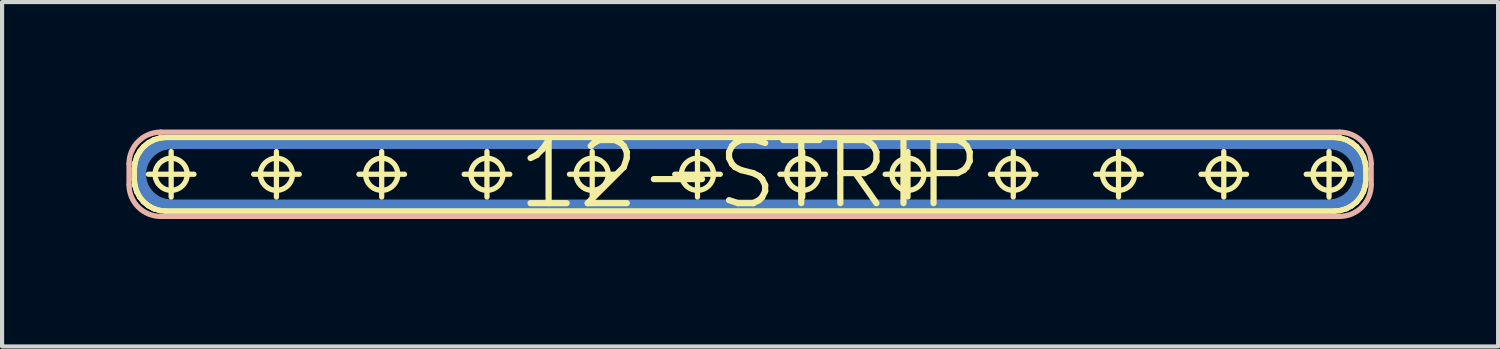
<source format=kicad_pcb>
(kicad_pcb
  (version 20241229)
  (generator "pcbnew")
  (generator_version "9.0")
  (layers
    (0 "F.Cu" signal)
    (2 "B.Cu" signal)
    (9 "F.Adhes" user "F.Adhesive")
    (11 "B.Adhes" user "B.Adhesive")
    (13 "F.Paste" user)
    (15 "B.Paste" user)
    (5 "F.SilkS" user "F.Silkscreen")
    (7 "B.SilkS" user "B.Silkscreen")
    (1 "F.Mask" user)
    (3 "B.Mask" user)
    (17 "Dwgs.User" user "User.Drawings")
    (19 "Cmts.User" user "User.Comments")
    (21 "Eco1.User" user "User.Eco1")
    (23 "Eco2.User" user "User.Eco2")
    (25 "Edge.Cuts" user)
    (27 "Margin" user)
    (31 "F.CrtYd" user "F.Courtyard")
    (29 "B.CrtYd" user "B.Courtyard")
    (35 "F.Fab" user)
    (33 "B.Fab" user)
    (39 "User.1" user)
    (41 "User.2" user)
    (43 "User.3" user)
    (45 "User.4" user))
  (footprint "12-STRIP"
    (layer "F.Cu")
    (at 15.05 1.155)
    (property "Reference" "12-STRIP" (at 0 0 0) (layer "F.SilkS") (effects (font (size 1.524 1.524) (thickness 0.15))))
    (attr exclude_from_pos_files exclude_from_bom)
    (fp_line (start -14.732 0) (end -14.717 -0.147) (stroke (width 0.305) (type solid)) (layer "B.Cu"))
    (fp_line (start -14.717 -0.147) (end -14.674 -0.29) (stroke (width 0.305) (type solid)) (layer "B.Cu"))
    (fp_line (start -14.717 0.147) (end -14.732 0) (stroke (width 0.305) (type solid)) (layer "B.Cu"))
    (fp_line (start -14.674 -0.29) (end -14.602 -0.422) (stroke (width 0.305) (type solid)) (layer "B.Cu"))
    (fp_line (start -14.674 0.29) (end -14.717 0.147) (stroke (width 0.305) (type solid)) (layer "B.Cu"))
    (fp_line (start -14.602 -0.422) (end -14.508 -0.538) (stroke (width 0.305) (type solid)) (layer "B.Cu"))
    (fp_line (start -14.602 0.422) (end -14.674 0.29) (stroke (width 0.305) (type solid)) (layer "B.Cu"))
    (fp_line (start -14.508 -0.538) (end -14.392 -0.632) (stroke (width 0.305) (type solid)) (layer "B.Cu"))
    (fp_line (start -14.508 0.538) (end -14.602 0.422) (stroke (width 0.305) (type solid)) (layer "B.Cu"))
    (fp_line (start -14.392 -0.632) (end -14.26 -0.704) (stroke (width 0.305) (type solid)) (layer "B.Cu"))
    (fp_line (start -14.392 0.632) (end -14.508 0.538) (stroke (width 0.305) (type solid)) (layer "B.Cu"))
    (fp_line (start -14.26 -0.704) (end -14.117 -0.747) (stroke (width 0.305) (type solid)) (layer "B.Cu"))
    (fp_line (start -14.26 0.704) (end -14.392 0.632) (stroke (width 0.305) (type solid)) (layer "B.Cu"))
    (fp_line (start -14.117 -0.747) (end -13.97 -0.762) (stroke (width 0.305) (type solid)) (layer "B.Cu"))
    (fp_line (start -14.117 0.747) (end -14.26 0.704) (stroke (width 0.305) (type solid)) (layer "B.Cu"))
    (fp_line (start -13.97 -0.762) (end 13.97 -0.762) (stroke (width 0.305) (type solid)) (layer "B.Cu"))
    (fp_line (start -13.97 0.762) (end -14.117 0.747) (stroke (width 0.305) (type solid)) (layer "B.Cu"))
    (fp_line (start 13.97 -0.762) (end 14.117 -0.747) (stroke (width 0.305) (type solid)) (layer "B.Cu"))
    (fp_line (start 13.97 0.762) (end -13.97 0.762) (stroke (width 0.305) (type solid)) (layer "B.Cu"))
    (fp_line (start 14.117 -0.747) (end 14.26 -0.704) (stroke (width 0.305) (type solid)) (layer "B.Cu"))
    (fp_line (start 14.117 0.747) (end 13.97 0.762) (stroke (width 0.305) (type solid)) (layer "B.Cu"))
    (fp_line (start 14.26 -0.704) (end 14.392 -0.632) (stroke (width 0.305) (type solid)) (layer "B.Cu"))
    (fp_line (start 14.26 0.704) (end 14.117 0.747) (stroke (width 0.305) (type solid)) (layer "B.Cu"))
    (fp_line (start 14.392 -0.632) (end 14.508 -0.538) (stroke (width 0.305) (type solid)) (layer "B.Cu"))
    (fp_line (start 14.392 0.632) (end 14.26 0.704) (stroke (width 0.305) (type solid)) (layer "B.Cu"))
    (fp_line (start 14.508 -0.538) (end 14.602 -0.422) (stroke (width 0.305) (type solid)) (layer "B.Cu"))
    (fp_line (start 14.508 0.538) (end 14.392 0.632) (stroke (width 0.305) (type solid)) (layer "B.Cu"))
    (fp_line (start 14.602 -0.422) (end 14.674 -0.29) (stroke (width 0.305) (type solid)) (layer "B.Cu"))
    (fp_line (start 14.602 0.422) (end 14.508 0.538) (stroke (width 0.305) (type solid)) (layer "B.Cu"))
    (fp_line (start 14.674 -0.29) (end 14.717 -0.147) (stroke (width 0.305) (type solid)) (layer "B.Cu"))
    (fp_line (start 14.674 0.29) (end 14.602 0.422) (stroke (width 0.305) (type solid)) (layer "B.Cu"))
    (fp_line (start 14.717 -0.147) (end 14.732 0) (stroke (width 0.305) (type solid)) (layer "B.Cu"))
    (fp_line (start 14.717 0.147) (end 14.674 0.29) (stroke (width 0.305) (type solid)) (layer "B.Cu"))
    (fp_line (start 14.732 0) (end 14.717 0.147) (stroke (width 0.305) (type solid)) (layer "B.Cu"))
    (fp_line (start -14.859 -0.127) (end -14.859 0.127) (stroke (width 0.127) (type solid)) (layer "F.SilkS"))
    (fp_line (start -14.859 -0.127) (end -14.844 -0.274) (stroke (width 0.127) (type solid)) (layer "F.SilkS"))
    (fp_line (start -14.859 0.127) (end -14.859 -0.127) (stroke (width 0.127) (type solid)) (layer "F.SilkS"))
    (fp_line (start -14.859 0.127) (end -14.844 0.274) (stroke (width 0.127) (type solid)) (layer "F.SilkS"))
    (fp_line (start -14.844 -0.274) (end -14.859 -0.127) (stroke (width 0.127) (type solid)) (layer "F.SilkS"))
    (fp_line (start -14.844 -0.274) (end -14.801 -0.417) (stroke (width 0.127) (type solid)) (layer "F.SilkS"))
    (fp_line (start -14.844 0.274) (end -14.859 0.127) (stroke (width 0.127) (type solid)) (layer "F.SilkS"))
    (fp_line (start -14.844 0.274) (end -14.801 0.417) (stroke (width 0.127) (type solid)) (layer "F.SilkS"))
    (fp_line (start -14.801 -0.417) (end -14.844 -0.274) (stroke (width 0.127) (type solid)) (layer "F.SilkS"))
    (fp_line (start -14.801 -0.417) (end -14.729 -0.549) (stroke (width 0.127) (type solid)) (layer "F.SilkS"))
    (fp_line (start -14.801 0.417) (end -14.844 0.274) (stroke (width 0.127) (type solid)) (layer "F.SilkS"))
    (fp_line (start -14.801 0.417) (end -14.729 0.549) (stroke (width 0.127) (type solid)) (layer "F.SilkS"))
    (fp_line (start -14.729 -0.549) (end -14.801 -0.417) (stroke (width 0.127) (type solid)) (layer "F.SilkS"))
    (fp_line (start -14.729 -0.549) (end -14.635 -0.665) (stroke (width 0.127) (type solid)) (layer "F.SilkS"))
    (fp_line (start -14.729 0.549) (end -14.801 0.417) (stroke (width 0.127) (type solid)) (layer "F.SilkS"))
    (fp_line (start -14.729 0.549) (end -14.635 0.665) (stroke (width 0.127) (type solid)) (layer "F.SilkS"))
    (fp_line (start -14.635 -0.665) (end -14.729 -0.549) (stroke (width 0.127) (type solid)) (layer "F.SilkS"))
    (fp_line (start -14.635 -0.665) (end -14.519 -0.759) (stroke (width 0.127) (type solid)) (layer "F.SilkS"))
    (fp_line (start -14.635 0.665) (end -14.729 0.549) (stroke (width 0.127) (type solid)) (layer "F.SilkS"))
    (fp_line (start -14.635 0.665) (end -14.519 0.759) (stroke (width 0.127) (type solid)) (layer "F.SilkS"))
    (fp_line (start -14.519 -0.759) (end -14.635 -0.665) (stroke (width 0.127) (type solid)) (layer "F.SilkS"))
    (fp_line (start -14.519 -0.759) (end -14.387 -0.831) (stroke (width 0.127) (type solid)) (layer "F.SilkS"))
    (fp_line (start -14.519 0) (end -13.419 0) (stroke (width 0.127) (type solid)) (layer "F.SilkS"))
    (fp_line (start -14.519 0.759) (end -14.635 0.665) (stroke (width 0.127) (type solid)) (layer "F.SilkS"))
    (fp_line (start -14.519 0.759) (end -14.387 0.831) (stroke (width 0.127) (type solid)) (layer "F.SilkS"))
    (fp_line (start -14.387 -0.831) (end -14.519 -0.759) (stroke (width 0.127) (type solid)) (layer "F.SilkS"))
    (fp_line (start -14.387 -0.831) (end -14.244 -0.874) (stroke (width 0.127) (type solid)) (layer "F.SilkS"))
    (fp_line (start -14.387 0.831) (end -14.519 0.759) (stroke (width 0.127) (type solid)) (layer "F.SilkS"))
    (fp_line (start -14.387 0.831) (end -14.244 0.874) (stroke (width 0.127) (type solid)) (layer "F.SilkS"))
    (fp_line (start -14.244 -0.874) (end -14.387 -0.831) (stroke (width 0.127) (type solid)) (layer "F.SilkS"))
    (fp_line (start -14.244 -0.874) (end -14.097 -0.889) (stroke (width 0.127) (type solid)) (layer "F.SilkS"))
    (fp_line (start -14.244 0.874) (end -14.387 0.831) (stroke (width 0.127) (type solid)) (layer "F.SilkS"))
    (fp_line (start -14.244 0.874) (end -14.097 0.889) (stroke (width 0.127) (type solid)) (layer "F.SilkS"))
    (fp_line (start -14.097 -0.889) (end -14.244 -0.874) (stroke (width 0.127) (type solid)) (layer "F.SilkS"))
    (fp_line (start -14.097 -0.889) (end 14.097 -0.889) (stroke (width 0.127) (type solid)) (layer "F.SilkS"))
    (fp_line (start -14.097 0.889) (end -14.244 0.874) (stroke (width 0.127) (type solid)) (layer "F.SilkS"))
    (fp_line (start -14.097 0.889) (end 14.097 0.889) (stroke (width 0.127) (type solid)) (layer "F.SilkS"))
    (fp_line (start -13.97 0.549) (end -13.97 -0.549) (stroke (width 0.127) (type solid)) (layer "F.SilkS"))
    (fp_line (start -11.979 0) (end -10.879 0) (stroke (width 0.127) (type solid)) (layer "F.SilkS"))
    (fp_line (start -11.43 0.549) (end -11.43 -0.549) (stroke (width 0.127) (type solid)) (layer "F.SilkS"))
    (fp_line (start -9.439 0) (end -8.339 0) (stroke (width 0.127) (type solid)) (layer "F.SilkS"))
    (fp_line (start -8.89 0.549) (end -8.89 -0.549) (stroke (width 0.127) (type solid)) (layer "F.SilkS"))
    (fp_line (start -6.899 0) (end -5.799 0) (stroke (width 0.127) (type solid)) (layer "F.SilkS"))
    (fp_line (start -6.35 0.549) (end -6.35 -0.549) (stroke (width 0.127) (type solid)) (layer "F.SilkS"))
    (fp_line (start -4.359 0) (end -3.259 0) (stroke (width 0.127) (type solid)) (layer "F.SilkS"))
    (fp_line (start -3.81 0.549) (end -3.81 -0.549) (stroke (width 0.127) (type solid)) (layer "F.SilkS"))
    (fp_line (start -1.819 0) (end -0.719 0) (stroke (width 0.127) (type solid)) (layer "F.SilkS"))
    (fp_line (start -1.27 0.549) (end -1.27 -0.549) (stroke (width 0.127) (type solid)) (layer "F.SilkS"))
    (fp_line (start 0.719 0) (end 1.819 0) (stroke (width 0.127) (type solid)) (layer "F.SilkS"))
    (fp_line (start 1.27 0.549) (end 1.27 -0.549) (stroke (width 0.127) (type solid)) (layer "F.SilkS"))
    (fp_line (start 3.259 0) (end 4.359 0) (stroke (width 0.127) (type solid)) (layer "F.SilkS"))
    (fp_line (start 3.81 0.549) (end 3.81 -0.549) (stroke (width 0.127) (type solid)) (layer "F.SilkS"))
    (fp_line (start 5.799 0) (end 6.899 0) (stroke (width 0.127) (type solid)) (layer "F.SilkS"))
    (fp_line (start 6.35 0.549) (end 6.35 -0.549) (stroke (width 0.127) (type solid)) (layer "F.SilkS"))
    (fp_line (start 8.339 0) (end 9.439 0) (stroke (width 0.127) (type solid)) (layer "F.SilkS"))
    (fp_line (start 8.89 0.549) (end 8.89 -0.549) (stroke (width 0.127) (type solid)) (layer "F.SilkS"))
    (fp_line (start 10.879 0) (end 11.979 0) (stroke (width 0.127) (type solid)) (layer "F.SilkS"))
    (fp_line (start 11.43 0.549) (end 11.43 -0.549) (stroke (width 0.127) (type solid)) (layer "F.SilkS"))
    (fp_line (start 13.419 0) (end 14.519 0) (stroke (width 0.127) (type solid)) (layer "F.SilkS"))
    (fp_line (start 13.97 0.549) (end 13.97 -0.549) (stroke (width 0.127) (type solid)) (layer "F.SilkS"))
    (fp_line (start 14.097 -0.889) (end -14.097 -0.889) (stroke (width 0.127) (type solid)) (layer "F.SilkS"))
    (fp_line (start 14.097 -0.889) (end 14.244 -0.874) (stroke (width 0.127) (type solid)) (layer "F.SilkS"))
    (fp_line (start 14.097 0.889) (end -14.097 0.889) (stroke (width 0.127) (type solid)) (layer "F.SilkS"))
    (fp_line (start 14.097 0.889) (end 14.244 0.874) (stroke (width 0.127) (type solid)) (layer "F.SilkS"))
    (fp_line (start 14.244 -0.874) (end 14.097 -0.889) (stroke (width 0.127) (type solid)) (layer "F.SilkS"))
    (fp_line (start 14.244 -0.874) (end 14.387 -0.831) (stroke (width 0.127) (type solid)) (layer "F.SilkS"))
    (fp_line (start 14.244 0.874) (end 14.097 0.889) (stroke (width 0.127) (type solid)) (layer "F.SilkS"))
    (fp_line (start 14.244 0.874) (end 14.387 0.831) (stroke (width 0.127) (type solid)) (layer "F.SilkS"))
    (fp_line (start 14.387 -0.831) (end 14.244 -0.874) (stroke (width 0.127) (type solid)) (layer "F.SilkS"))
    (fp_line (start 14.387 -0.831) (end 14.519 -0.759) (stroke (width 0.127) (type solid)) (layer "F.SilkS"))
    (fp_line (start 14.387 0.831) (end 14.244 0.874) (stroke (width 0.127) (type solid)) (layer "F.SilkS"))
    (fp_line (start 14.387 0.831) (end 14.519 0.759) (stroke (width 0.127) (type solid)) (layer "F.SilkS"))
    (fp_line (start 14.519 -0.759) (end 14.387 -0.831) (stroke (width 0.127) (type solid)) (layer "F.SilkS"))
    (fp_line (start 14.519 -0.759) (end 14.635 -0.665) (stroke (width 0.127) (type solid)) (layer "F.SilkS"))
    (fp_line (start 14.519 0.759) (end 14.387 0.831) (stroke (width 0.127) (type solid)) (layer "F.SilkS"))
    (fp_line (start 14.519 0.759) (end 14.635 0.665) (stroke (width 0.127) (type solid)) (layer "F.SilkS"))
    (fp_line (start 14.635 -0.665) (end 14.519 -0.759) (stroke (width 0.127) (type solid)) (layer "F.SilkS"))
    (fp_line (start 14.635 -0.665) (end 14.729 -0.549) (stroke (width 0.127) (type solid)) (layer "F.SilkS"))
    (fp_line (start 14.635 0.665) (end 14.519 0.759) (stroke (width 0.127) (type solid)) (layer "F.SilkS"))
    (fp_line (start 14.635 0.665) (end 14.729 0.549) (stroke (width 0.127) (type solid)) (layer "F.SilkS"))
    (fp_line (start 14.729 -0.549) (end 14.635 -0.665) (stroke (width 0.127) (type solid)) (layer "F.SilkS"))
    (fp_line (start 14.729 -0.549) (end 14.801 -0.417) (stroke (width 0.127) (type solid)) (layer "F.SilkS"))
    (fp_line (start 14.729 0.549) (end 14.635 0.665) (stroke (width 0.127) (type solid)) (layer "F.SilkS"))
    (fp_line (start 14.729 0.549) (end 14.801 0.417) (stroke (width 0.127) (type solid)) (layer "F.SilkS"))
    (fp_line (start 14.801 -0.417) (end 14.729 -0.549) (stroke (width 0.127) (type solid)) (layer "F.SilkS"))
    (fp_line (start 14.801 -0.417) (end 14.844 -0.274) (stroke (width 0.127) (type solid)) (layer "F.SilkS"))
    (fp_line (start 14.801 0.417) (end 14.729 0.549) (stroke (width 0.127) (type solid)) (layer "F.SilkS"))
    (fp_line (start 14.801 0.417) (end 14.844 0.274) (stroke (width 0.127) (type solid)) (layer "F.SilkS"))
    (fp_line (start 14.844 -0.274) (end 14.801 -0.417) (stroke (width 0.127) (type solid)) (layer "F.SilkS"))
    (fp_line (start 14.844 -0.274) (end 14.859 -0.127) (stroke (width 0.127) (type solid)) (layer "F.SilkS"))
    (fp_line (start 14.844 0.274) (end 14.801 0.417) (stroke (width 0.127) (type solid)) (layer "F.SilkS"))
    (fp_line (start 14.844 0.274) (end 14.859 0.127) (stroke (width 0.127) (type solid)) (layer "F.SilkS"))
    (fp_line (start 14.859 -0.127) (end 14.844 -0.274) (stroke (width 0.127) (type solid)) (layer "F.SilkS"))
    (fp_line (start 14.859 -0.127) (end 14.859 0.127) (stroke (width 0.127) (type solid)) (layer "F.SilkS"))
    (fp_line (start 14.859 0.127) (end 14.844 0.274) (stroke (width 0.127) (type solid)) (layer "F.SilkS"))
    (fp_line (start 14.859 0.127) (end 14.859 -0.127) (stroke (width 0.127) (type solid)) (layer "F.SilkS"))
    (fp_circle (center -13.97 0) (end -14.244 0.274) (stroke (width 0.127) (type solid)) (fill no) (layer "F.SilkS"))
    (fp_circle (center -11.43 0) (end -11.704 0.274) (stroke (width 0.127) (type solid)) (fill no) (layer "F.SilkS"))
    (fp_circle (center -8.89 0) (end -9.164 0.274) (stroke (width 0.127) (type solid)) (fill no) (layer "F.SilkS"))
    (fp_circle (center -6.35 0) (end -6.624 0.274) (stroke (width 0.127) (type solid)) (fill no) (layer "F.SilkS"))
    (fp_circle (center -3.81 0) (end -4.084 0.274) (stroke (width 0.127) (type solid)) (fill no) (layer "F.SilkS"))
    (fp_circle (center -1.27 0) (end -1.544 0.274) (stroke (width 0.127) (type solid)) (fill no) (layer "F.SilkS"))
    (fp_circle (center 1.27 0) (end 1.544 0.274) (stroke (width 0.127) (type solid)) (fill no) (layer "F.SilkS"))
    (fp_circle (center 3.81 0) (end 4.084 0.274) (stroke (width 0.127) (type solid)) (fill no) (layer "F.SilkS"))
    (fp_circle (center 6.35 0) (end 6.624 0.274) (stroke (width 0.127) (type solid)) (fill no) (layer "F.SilkS"))
    (fp_circle (center 8.89 0) (end 9.164 0.274) (stroke (width 0.127) (type solid)) (fill no) (layer "F.SilkS"))
    (fp_circle (center 11.43 0) (end 11.704 0.274) (stroke (width 0.127) (type solid)) (fill no) (layer "F.SilkS"))
    (fp_circle (center 13.97 0) (end 14.244 0.274) (stroke (width 0.127) (type solid)) (fill no) (layer "F.SilkS"))
    (fp_line (start -14.986 0.254) (end -14.986 -0.254) (stroke (width 0.127) (type solid)) (layer "B.SilkS"))
    (fp_line (start -14.224 -1.016) (end 14.224 -1.016) (stroke (width 0.127) (type solid)) (layer "B.SilkS"))
    (fp_line (start 14.224 1.016) (end -14.224 1.016) (stroke (width 0.127) (type solid)) (layer "B.SilkS"))
    (fp_line (start 14.986 -0.254) (end 14.986 0.254) (stroke (width 0.127) (type solid)) (layer "B.SilkS"))
    (fp_arc (start -14.986 -0.254) (mid -14.762815 -0.792815) (end -14.224 -1.016) (stroke (width 0.127) (type solid)) (layer "B.SilkS"))
    (fp_arc (start -14.224 1.016) (mid -14.762815 0.792815) (end -14.986 0.254) (stroke (width 0.127) (type solid)) (layer "B.SilkS"))
    (fp_arc (start 14.224 -1.016) (mid 14.762815 -0.792815) (end 14.986 -0.254) (stroke (width 0.127) (type solid)) (layer "B.SilkS"))
    (fp_arc (start 14.986 0.254) (mid 14.762815 0.792815) (end 14.224 1.016) (stroke (width 0.127) (type solid)) (layer "B.SilkS"))
    (fp_line (start -14.732 0) (end -14.717 0.147) (stroke (width 0.305) (type solid)) (layer "B.Adhes"))
    (fp_line (start -14.717 -0.147) (end -14.732 0) (stroke (width 0.305) (type solid)) (layer "B.Adhes"))
    (fp_line (start -14.717 0.147) (end -14.674 0.29) (stroke (width 0.305) (type solid)) (layer "B.Adhes"))
    (fp_line (start -14.674 -0.29) (end -14.717 -0.147) (stroke (width 0.305) (type solid)) (layer "B.Adhes"))
    (fp_line (start -14.674 0.29) (end -14.602 0.422) (stroke (width 0.305) (type solid)) (layer "B.Adhes"))
    (fp_line (start -14.602 -0.422) (end -14.674 -0.29) (stroke (width 0.305) (type solid)) (layer "B.Adhes"))
    (fp_line (start -14.602 0.422) (end -14.508 0.538) (stroke (width 0.305) (type solid)) (layer "B.Adhes"))
    (fp_line (start -14.508 -0.538) (end -14.602 -0.422) (stroke (width 0.305) (type solid)) (layer "B.Adhes"))
    (fp_line (start -14.508 0.538) (end -14.392 0.632) (stroke (width 0.305) (type solid)) (layer "B.Adhes"))
    (fp_line (start -14.392 -0.632) (end -14.508 -0.538) (stroke (width 0.305) (type solid)) (layer "B.Adhes"))
    (fp_line (start -14.392 0.632) (end -14.26 0.704) (stroke (width 0.305) (type solid)) (layer "B.Adhes"))
    (fp_line (start -14.26 -0.704) (end -14.392 -0.632) (stroke (width 0.305) (type solid)) (layer "B.Adhes"))
    (fp_line (start -14.26 0.704) (end -14.117 0.747) (stroke (width 0.305) (type solid)) (layer "B.Adhes"))
    (fp_line (start -14.117 -0.747) (end -14.26 -0.704) (stroke (width 0.305) (type solid)) (layer "B.Adhes"))
    (fp_line (start -14.117 0.747) (end -13.97 0.762) (stroke (width 0.305) (type solid)) (layer "B.Adhes"))
    (fp_line (start -13.97 -0.762) (end -14.117 -0.747) (stroke (width 0.305) (type solid)) (layer "B.Adhes"))
    (fp_line (start -13.97 0.762) (end 13.97 0.762) (stroke (width 0.305) (type solid)) (layer "B.Adhes"))
    (fp_line (start 13.97 -0.762) (end -13.97 -0.762) (stroke (width 0.305) (type solid)) (layer "B.Adhes"))
    (fp_line (start 13.97 0.762) (end 14.117 0.747) (stroke (width 0.305) (type solid)) (layer "B.Adhes"))
    (fp_line (start 14.117 -0.747) (end 13.97 -0.762) (stroke (width 0.305) (type solid)) (layer "B.Adhes"))
    (fp_line (start 14.117 0.747) (end 14.26 0.704) (stroke (width 0.305) (type solid)) (layer "B.Adhes"))
    (fp_line (start 14.26 -0.704) (end 14.117 -0.747) (stroke (width 0.305) (type solid)) (layer "B.Adhes"))
    (fp_line (start 14.26 0.704) (end 14.392 0.632) (stroke (width 0.305) (type solid)) (layer "B.Adhes"))
    (fp_line (start 14.392 -0.632) (end 14.26 -0.704) (stroke (width 0.305) (type solid)) (layer "B.Adhes"))
    (fp_line (start 14.392 0.632) (end 14.508 0.538) (stroke (width 0.305) (type solid)) (layer "B.Adhes"))
    (fp_line (start 14.508 -0.538) (end 14.392 -0.632) (stroke (width 0.305) (type solid)) (layer "B.Adhes"))
    (fp_line (start 14.508 0.538) (end 14.602 0.422) (stroke (width 0.305) (type solid)) (layer "B.Adhes"))
    (fp_line (start 14.602 -0.422) (end 14.508 -0.538) (stroke (width 0.305) (type solid)) (layer "B.Adhes"))
    (fp_line (start 14.602 0.422) (end 14.674 0.29) (stroke (width 0.305) (type solid)) (layer "B.Adhes"))
    (fp_line (start 14.674 -0.29) (end 14.602 -0.422) (stroke (width 0.305) (type solid)) (layer "B.Adhes"))
    (fp_line (start 14.674 0.29) (end 14.717 0.147) (stroke (width 0.305) (type solid)) (layer "B.Adhes"))
    (fp_line (start 14.717 -0.147) (end 14.674 -0.29) (stroke (width 0.305) (type solid)) (layer "B.Adhes"))
    (fp_line (start 14.717 0.147) (end 14.732 0) (stroke (width 0.305) (type solid)) (layer "B.Adhes"))
    (fp_line (start 14.732 0) (end 14.717 -0.147) (stroke (width 0.305) (type solid)) (layer "B.Adhes")))
  (gr_rect
    (start -3 -3)
    (end 33.099 5.31)
    (stroke (width 0.1) (type default))
    (fill no)
    (layer "Edge.Cuts")))
</source>
